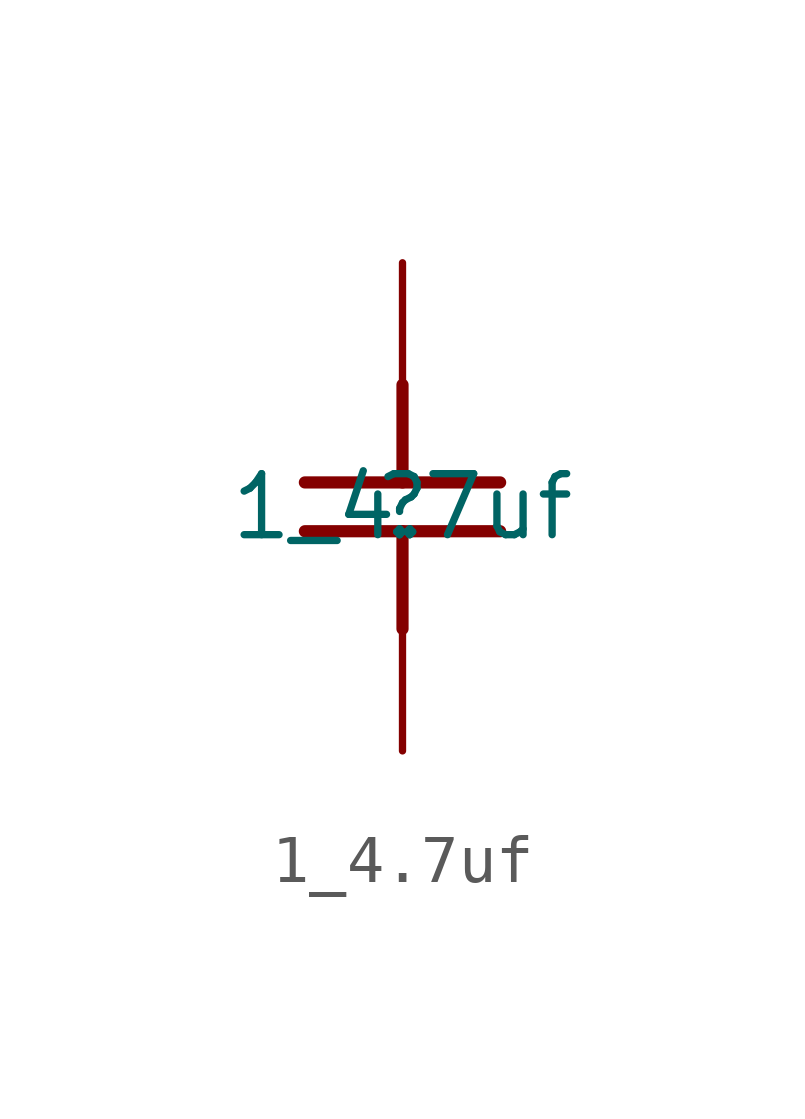
<source format=kicad_sym>
(kicad_symbol_lib
  (version 20211014)
  (generator kicad_symbol_editor)
  (symbol "1_4.7uf"
    (property "Reference" ""
      (at 0 0 0)
      (effects (font (size 1.27 1.27))))
    (property "Value" "1_4.7uf"
      (at 0 0 0)
      (effects (font (size 1.27 1.27))))
    (symbol "1_4.7uf_1_0"
      (polyline (pts (xy -2.032 0.508) (xy 2.032 0.508)) (stroke (width 0.254) (type default) (color 0 0 0 0)) (fill (type none)))
      (polyline (pts (xy 0 -0.508) (xy 0 -2.54)) (stroke (width 0.254) (type default) (color 0 0 0 0)) (fill (type none)))
      (polyline (pts (xy 0 2.54) (xy 0 0.508)) (stroke (width 0.254) (type default) (color 0 0 0 0)) (fill (type none)))
      (polyline (pts (xy 2.032 -0.508) (xy -2.032 -0.508)) (stroke (width 0.254) (type default) (color 0 0 0 0)) (fill (type none)))
      (pin passive line (at 0 -5.08 90) (length 2.54) (name "1" (effects (font (size 0 0)))) (number "1" (effects (font (size 0 0)))))
      (pin passive line (at 0 5.08 270) (length 2.54) (name "2" (effects (font (size 0 0)))) (number "2" (effects (font (size 0 0))))))))
</source>
